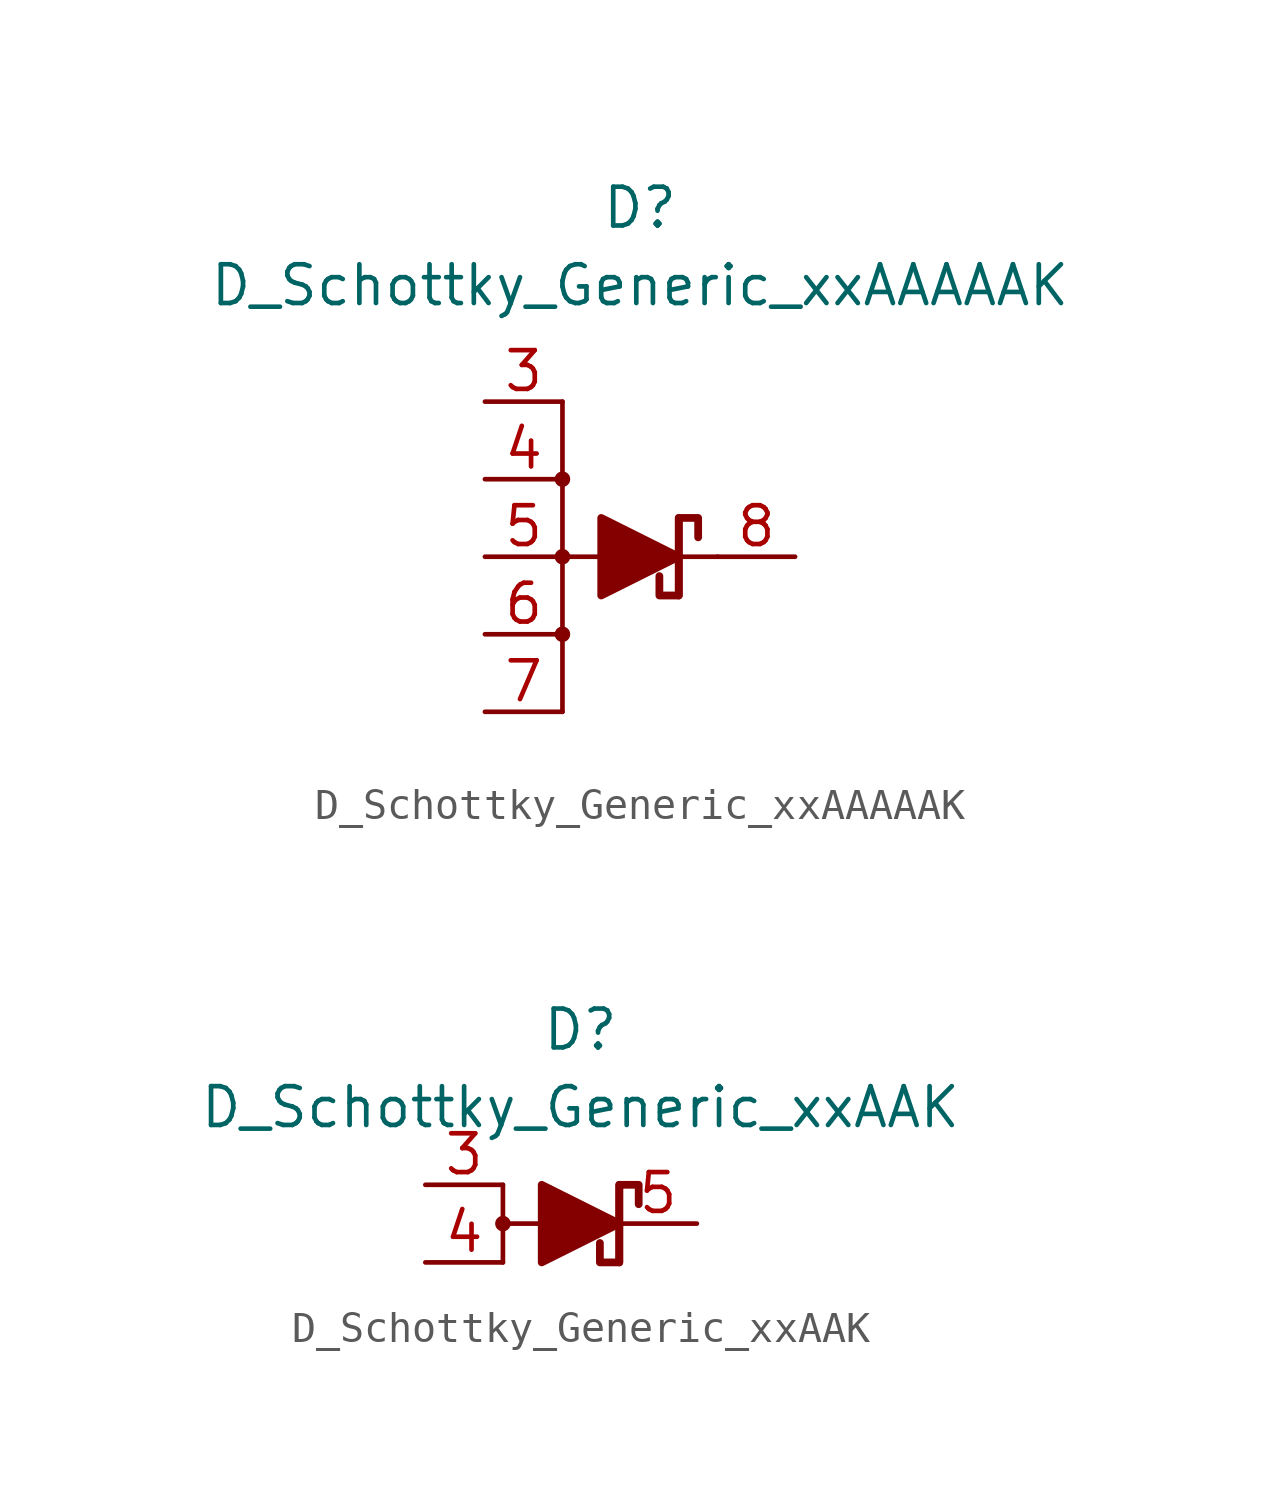
<source format=kicad_sym>
(kicad_symbol_lib
  (version 20211014)
  (generator kicad_symbol_editor)
  (symbol "D_Schottky_Generic_xxAAAAAK"
    (pin_names
      (offset 1.016) hide)
    (property "Reference" "D"
      (at 0 11.43 0)
      (effects (font (size 1.27 1.27))))
    (property "Value" "D_Schottky_Generic_xxAAAAAK"
      (at 0 8.89 0)
      (effects (font (size 1.27 1.27))))
    (symbol "D_Schottky_Generic_xxAAAAAK_0_1"
      (circle (center -2.54 0) (radius 0.178) (stroke (width 0) (type default) (color 0 0 0 0)) (fill (type outline)))
      (polyline (pts (xy -2.54 -5.08) (xy -2.54 -2.54)) (stroke (width 0) (type default) (color 0 0 0 0)) (fill (type none)))
      (polyline (pts (xy -2.54 -2.54) (xy -2.54 0)) (stroke (width 0.152) (type default) (color 0 0 0 0)) (fill (type none)))
      (polyline (pts (xy -2.54 2.54) (xy -2.54 0)) (stroke (width 0) (type default) (color 0 0 0 0)) (fill (type none)))
      (polyline (pts (xy -2.54 2.54) (xy -2.54 5.08)) (stroke (width 0) (type default) (color 0 0 0 0)) (fill (type none)))
      (polyline (pts (xy -1.27 0) (xy -2.54 0)) (stroke (width 0) (type default) (color 0 0 0 0)) (fill (type none)))
      (polyline (pts (xy -1.27 0) (xy 1.27 0)) (stroke (width 0) (type default) (color 0 0 0 0)) (fill (type none)))
      (polyline (pts (xy 1.27 -1.27) (xy 1.27 1.27)) (stroke (width 0.254) (type default) (color 0 0 0 0)) (fill (type none)))
      (polyline (pts (xy -1.27 -1.27) (xy -1.27 1.27) (xy 1.27 0) (xy -1.27 -1.27)) (stroke (width 0.254) (type default) (color 0 0 0 0)) (fill (type outline))))
    (symbol "D_Schottky_Generic_xxAAAAAK_1_1"
      (circle (center -2.54 -2.54) (radius 0.178) (stroke (width 0) (type default) (color 0 0 0 0)) (fill (type outline)))
      (circle (center -2.54 2.54) (radius 0.178) (stroke (width 0) (type default) (color 0 0 0 0)) (fill (type outline)))
      (polyline (pts (xy 1.27 0) (xy 2.54 0)) (stroke (width 0) (type default) (color 0 0 0 0)) (fill (type none)))
      (polyline (pts (xy 0.635 -0.635) (xy 0.635 -1.27) (xy 1.27 -1.27) (xy 1.27 1.27) (xy 1.905 1.27) (xy 1.905 0.635)) (stroke (width 0.254) (type default) (color 0 0 0 0)) (fill (type none)))
      (pin no_connect line (at 1.27 0 180) (length 2.54) hide (name "NC" (effects (font (size 1.27 1.27)))) (number "1" (effects (font (size 1.27 1.27)))))
      (pin no_connect line (at 0 0 0) (length 2.54) hide (name "NC" (effects (font (size 1.27 1.27)))) (number "2" (effects (font (size 1.27 1.27)))))
      (pin passive line (at -5.08 5.08 0) (length 2.54) (name "A" (effects (font (size 1.27 1.27)))) (number "3" (effects (font (size 1.27 1.27)))))
      (pin passive line (at -5.08 2.54 0) (length 2.54) (name "A" (effects (font (size 1.27 1.27)))) (number "4" (effects (font (size 1.27 1.27)))))
      (pin passive line (at -5.08 0 0) (length 2.54) (name "A" (effects (font (size 1.27 1.27)))) (number "5" (effects (font (size 1.27 1.27)))))
      (pin passive line (at -5.08 -2.54 0) (length 2.54) (name "A" (effects (font (size 1.27 1.27)))) (number "6" (effects (font (size 1.27 1.27)))))
      (pin passive line (at -5.08 -5.08 0) (length 2.54) (name "A" (effects (font (size 1.27 1.27)))) (number "7" (effects (font (size 1.27 1.27)))))
      (pin passive line (at 5.08 0 180) (length 2.54) (name "K" (effects (font (size 1.27 1.27)))) (number "8" (effects (font (size 1.27 1.27)))))))
  (symbol "D_Schottky_Generic_xxAAK"
    (pin_names
      (offset 1.016) hide)
    (property "Reference" "D"
      (at 0 6.35 0)
      (effects (font (size 1.27 1.27))))
    (property "Value" "D_Schottky_Generic_xxAAK"
      (at 0 3.81 0)
      (effects (font (size 1.27 1.27))))
    (symbol "D_Schottky_Generic_xxAAK_0_1"
      (circle (center -2.54 0) (radius 0.178) (stroke (width 0) (type default) (color 0 0 0 0)) (fill (type outline)))
      (polyline (pts (xy -2.54 1.27) (xy -2.54 -1.27)) (stroke (width 0) (type default) (color 0 0 0 0)) (fill (type none)))
      (polyline (pts (xy -1.27 0) (xy -2.54 0)) (stroke (width 0) (type default) (color 0 0 0 0)) (fill (type none)))
      (polyline (pts (xy -1.27 0) (xy 1.27 0)) (stroke (width 0) (type default) (color 0 0 0 0)) (fill (type none)))
      (polyline (pts (xy 1.27 -1.27) (xy 1.27 1.27)) (stroke (width 0.254) (type default) (color 0 0 0 0)) (fill (type none)))
      (polyline (pts (xy -1.27 -1.27) (xy -1.27 1.27) (xy 1.27 0) (xy -1.27 -1.27)) (stroke (width 0.254) (type default) (color 0 0 0 0)) (fill (type outline))))
    (symbol "D_Schottky_Generic_xxAAK_1_1"
      (polyline (pts (xy 0.635 -0.635) (xy 0.635 -1.27) (xy 1.27 -1.27) (xy 1.27 1.27) (xy 1.905 1.27) (xy 1.905 0.635)) (stroke (width 0.254) (type default) (color 0 0 0 0)) (fill (type none)))
      (pin no_connect line (at 0 0 180) (length 2.54) hide (name "NC" (effects (font (size 1.27 1.27)))) (number "1" (effects (font (size 1.27 1.27)))))
      (pin no_connect line (at -1.27 0 0) (length 2.54) hide (name "NC" (effects (font (size 1.27 1.27)))) (number "2" (effects (font (size 1.27 1.27)))))
      (pin passive line (at -5.08 1.27 0) (length 2.54) (name "A" (effects (font (size 1.27 1.27)))) (number "3" (effects (font (size 1.27 1.27)))))
      (pin passive line (at -5.08 -1.27 0) (length 2.54) (name "A" (effects (font (size 1.27 1.27)))) (number "4" (effects (font (size 1.27 1.27)))))
      (pin passive line (at 3.81 0 180) (length 2.54) (name "K" (effects (font (size 1.27 1.27)))) (number "5" (effects (font (size 1.27 1.27))))))))
</source>
